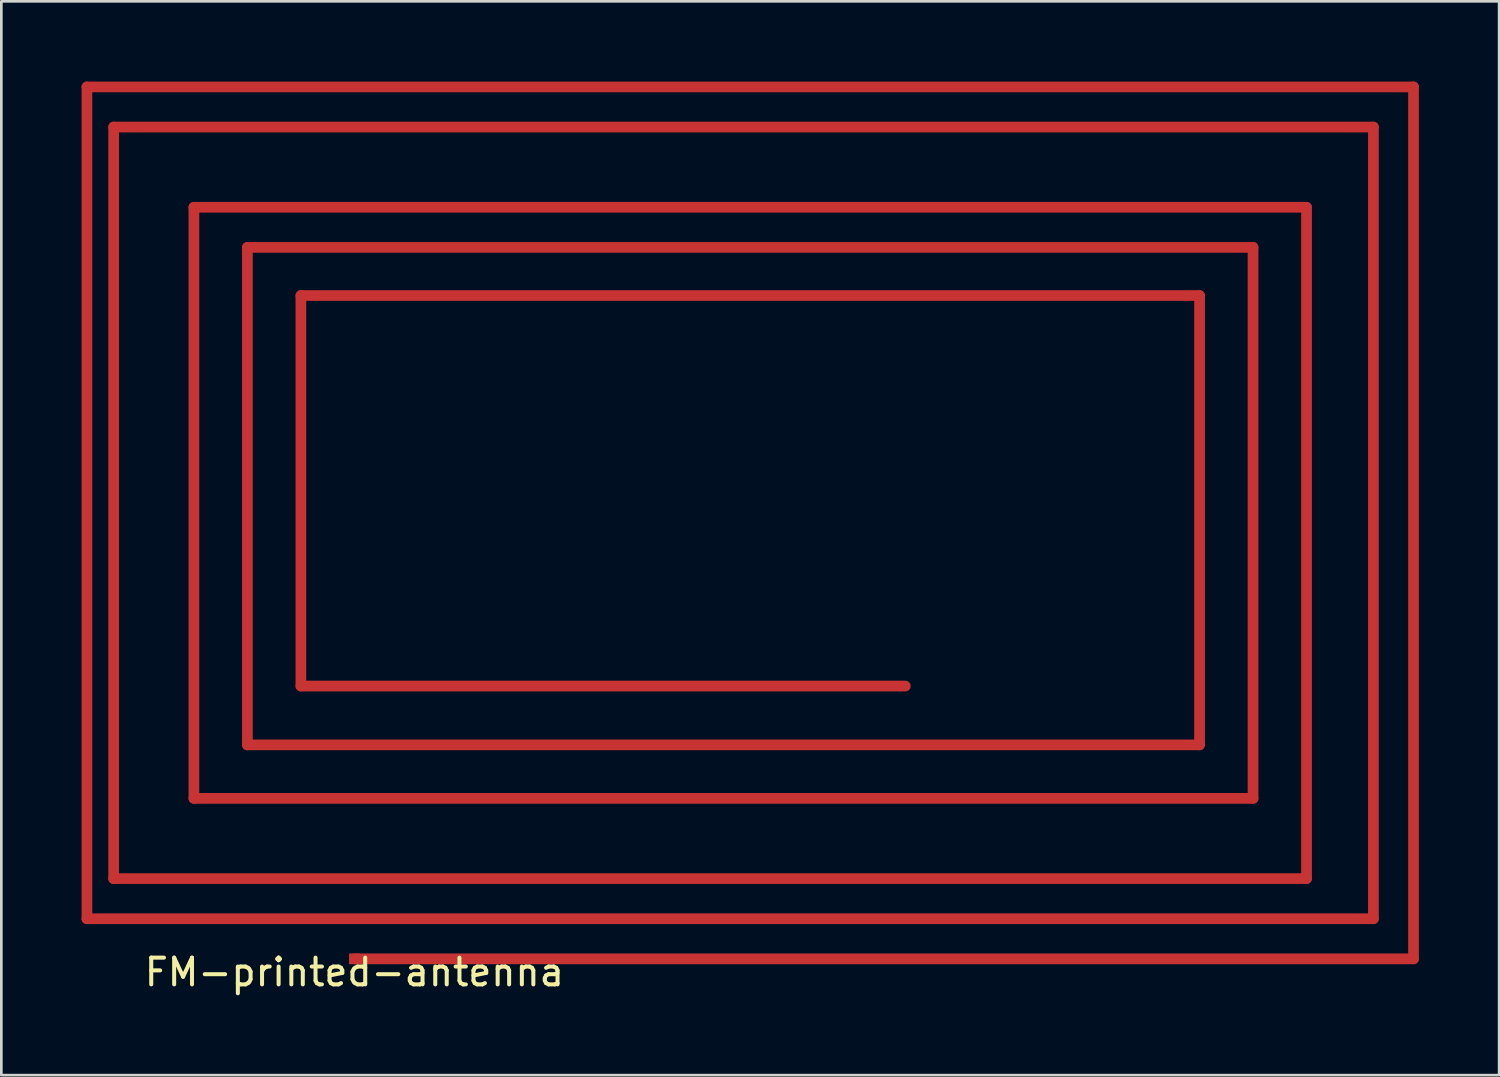
<source format=kicad_pcb>
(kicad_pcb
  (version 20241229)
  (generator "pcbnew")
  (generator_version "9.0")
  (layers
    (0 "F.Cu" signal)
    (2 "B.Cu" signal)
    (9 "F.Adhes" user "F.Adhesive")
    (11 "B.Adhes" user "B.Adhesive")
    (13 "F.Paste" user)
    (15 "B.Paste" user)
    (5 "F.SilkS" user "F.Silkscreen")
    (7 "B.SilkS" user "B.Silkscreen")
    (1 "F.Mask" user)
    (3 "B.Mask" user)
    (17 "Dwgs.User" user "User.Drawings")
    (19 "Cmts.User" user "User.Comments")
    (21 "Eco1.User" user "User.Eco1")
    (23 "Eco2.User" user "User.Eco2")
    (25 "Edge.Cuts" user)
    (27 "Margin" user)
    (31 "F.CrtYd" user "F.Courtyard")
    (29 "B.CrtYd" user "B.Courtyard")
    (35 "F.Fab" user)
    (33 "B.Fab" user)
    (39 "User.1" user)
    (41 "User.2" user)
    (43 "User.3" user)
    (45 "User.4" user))
  (footprint "FM-printed-antenna"
    (layer "F.Cu")
    (at 10.2 32.8)
    (property "Reference" "FM-printed-antenna" (at 0 0.5 0) (layer "F.SilkS") (effects (font (size 1 1) (thickness 0.15))))
    (attr smd)
    (fp_line (start -10 -32.6) (end -10 -1.5) (stroke (width 0.4) (type solid)) (layer "F.Cu"))
    (fp_line (start -10 -1.5) (end 38.1 -1.5) (stroke (width 0.4) (type solid)) (layer "F.Cu"))
    (fp_line (start -9 -31.1) (end -9 -3) (stroke (width 0.4) (type solid)) (layer "F.Cu"))
    (fp_line (start -9 -3) (end 35.6 -3) (stroke (width 0.4) (type solid)) (layer "F.Cu"))
    (fp_line (start -6 -28.1) (end -6 -6) (stroke (width 0.4) (type solid)) (layer "F.Cu"))
    (fp_line (start -6 -6) (end 33.6 -6) (stroke (width 0.4) (type solid)) (layer "F.Cu"))
    (fp_line (start -4 -26.6) (end -4 -8) (stroke (width 0.4) (type solid)) (layer "F.Cu"))
    (fp_line (start -4 -8) (end 31.6 -8) (stroke (width 0.4) (type solid)) (layer "F.Cu"))
    (fp_line (start -2 -24.8) (end -2 -10.2) (stroke (width 0.4) (type solid)) (layer "F.Cu"))
    (fp_line (start -2 -10.2) (end 20.6 -10.2) (stroke (width 0.4) (type solid)) (layer "F.Cu"))
    (fp_line (start 0 0) (end 39.6 0) (stroke (width 0.4) (type solid)) (layer "F.Cu"))
    (fp_line (start 31.6 -24.8) (end -2 -24.8) (stroke (width 0.4) (type solid)) (layer "F.Cu"))
    (fp_line (start 31.6 -8) (end 31.6 -24.8) (stroke (width 0.4) (type solid)) (layer "F.Cu"))
    (fp_line (start 33.6 -26.6) (end -4 -26.6) (stroke (width 0.4) (type solid)) (layer "F.Cu"))
    (fp_line (start 33.6 -6) (end 33.6 -26.6) (stroke (width 0.4) (type solid)) (layer "F.Cu"))
    (fp_line (start 35.6 -28.1) (end -6 -28.1) (stroke (width 0.4) (type solid)) (layer "F.Cu"))
    (fp_line (start 35.6 -3) (end 35.6 -28.1) (stroke (width 0.4) (type solid)) (layer "F.Cu"))
    (fp_line (start 38.1 -31.1) (end -9 -31.1) (stroke (width 0.4) (type solid)) (layer "F.Cu"))
    (fp_line (start 38.1 -1.5) (end 38.1 -31.1) (stroke (width 0.4) (type solid)) (layer "F.Cu"))
    (fp_line (start 39.6 -32.6) (end -10 -32.6) (stroke (width 0.4) (type solid)) (layer "F.Cu"))
    (fp_line (start 39.6 0) (end 39.6 -32.6) (stroke (width 0.4) (type solid)) (layer "F.Cu"))
    (pad "1" smd rect (at 0 0) (size 0.4 0.4) (layers "F.Cu" "F.Mask" "F.Paste")))
  (gr_rect
    (start -3 -3)
    (end 53 37.148)
    (stroke (width 0.1) (type default))
    (fill no)
    (layer "Edge.Cuts")))
</source>
